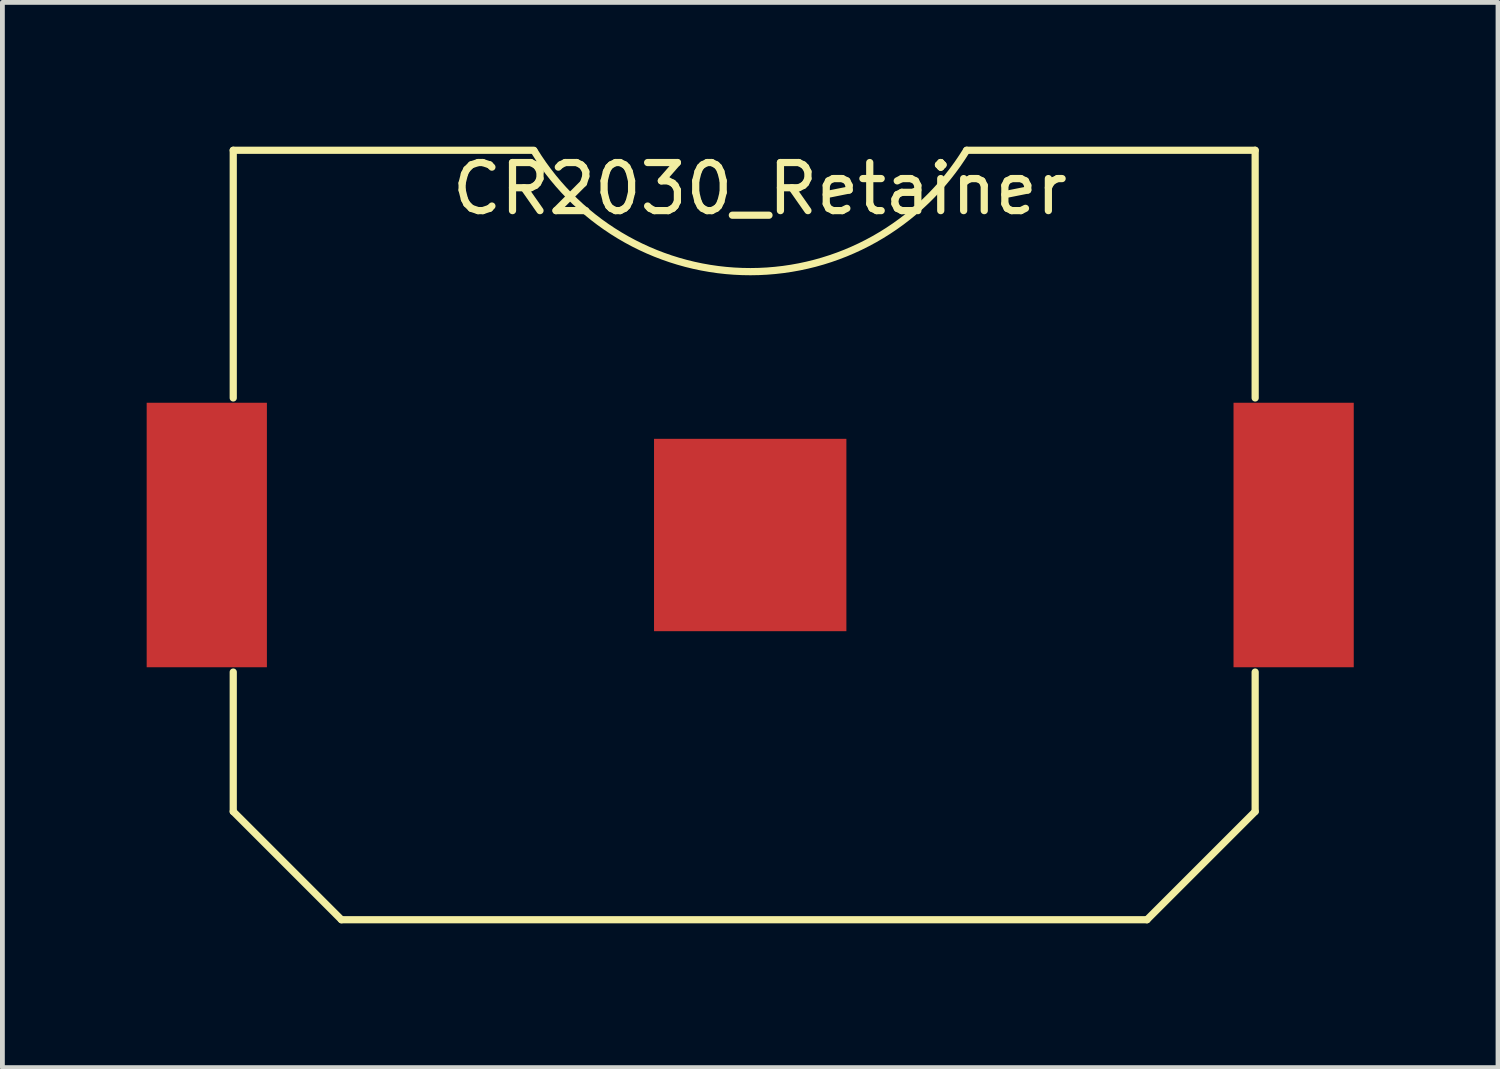
<source format=kicad_pcb>
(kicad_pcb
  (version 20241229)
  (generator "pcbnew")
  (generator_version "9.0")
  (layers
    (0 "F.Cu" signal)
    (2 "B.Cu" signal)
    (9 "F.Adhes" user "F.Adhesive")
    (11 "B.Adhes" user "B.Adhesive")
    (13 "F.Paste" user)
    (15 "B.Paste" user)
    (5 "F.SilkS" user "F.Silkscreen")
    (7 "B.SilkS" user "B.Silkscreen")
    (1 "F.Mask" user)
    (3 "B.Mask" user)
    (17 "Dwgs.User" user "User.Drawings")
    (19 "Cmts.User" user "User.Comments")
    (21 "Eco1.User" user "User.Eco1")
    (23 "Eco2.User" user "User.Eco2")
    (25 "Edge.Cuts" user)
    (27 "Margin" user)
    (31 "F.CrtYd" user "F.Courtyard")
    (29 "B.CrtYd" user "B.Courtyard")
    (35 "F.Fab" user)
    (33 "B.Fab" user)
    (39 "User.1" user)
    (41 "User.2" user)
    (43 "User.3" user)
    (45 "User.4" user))
  (footprint "CR2030_Retainer"
    (layer "F.Cu")
    (at 12.55 8.075)
    (property "Reference" "CR2030_Retainer" (at 0.2 -7.2 180) (layer "F.SilkS") (effects (font (size 1 1) (thickness 0.15))))
    (attr through_hole)
    (fp_line (start -10.75 -8) (end -4.5 -8) (stroke (width 0.15) (type solid)) (layer "F.SilkS"))
    (fp_line (start -10.75 -2.85) (end -10.75 -8) (stroke (width 0.15) (type solid)) (layer "F.SilkS"))
    (fp_line (start -10.75 5.75) (end -10.75 2.85) (stroke (width 0.15) (type solid)) (layer "F.SilkS"))
    (fp_line (start -8.5 8) (end -10.75 5.75) (stroke (width 0.15) (type solid)) (layer "F.SilkS"))
    (fp_line (start -8.5 8) (end 8.25 8) (stroke (width 0.15) (type solid)) (layer "F.SilkS"))
    (fp_line (start 8.25 8) (end 10.5 5.75) (stroke (width 0.15) (type solid)) (layer "F.SilkS"))
    (fp_line (start 10.5 -8) (end 4.5 -8) (stroke (width 0.15) (type solid)) (layer "F.SilkS"))
    (fp_line (start 10.5 -2.85) (end 10.5 -8) (stroke (width 0.15) (type solid)) (layer "F.SilkS"))
    (fp_line (start 10.5 5.75) (end 10.5 2.85) (stroke (width 0.15) (type solid)) (layer "F.SilkS"))
    (fp_arc (start 4.5 -8) (mid 0.006483 -5.476248) (end -4.493225 -7.988945) (stroke (width 0.15) (type solid)) (layer "F.SilkS"))
    (pad "1" smd rect (at -11.3 0) (size 2.5 5.5) (layers "F.Cu" "F.Mask" "F.Paste"))
    (pad "1" smd rect (at 11.3 0) (size 2.5 5.5) (layers "F.Cu" "F.Mask" "F.Paste"))
    (pad "2" smd rect (at 0 0) (size 4 4) (layers "F.Cu" "F.Mask" "F.Paste")))
  (gr_rect
    (start -3 -3)
    (end 28.1 19.15)
    (stroke (width 0.1) (type default))
    (fill no)
    (layer "Edge.Cuts")))
</source>
